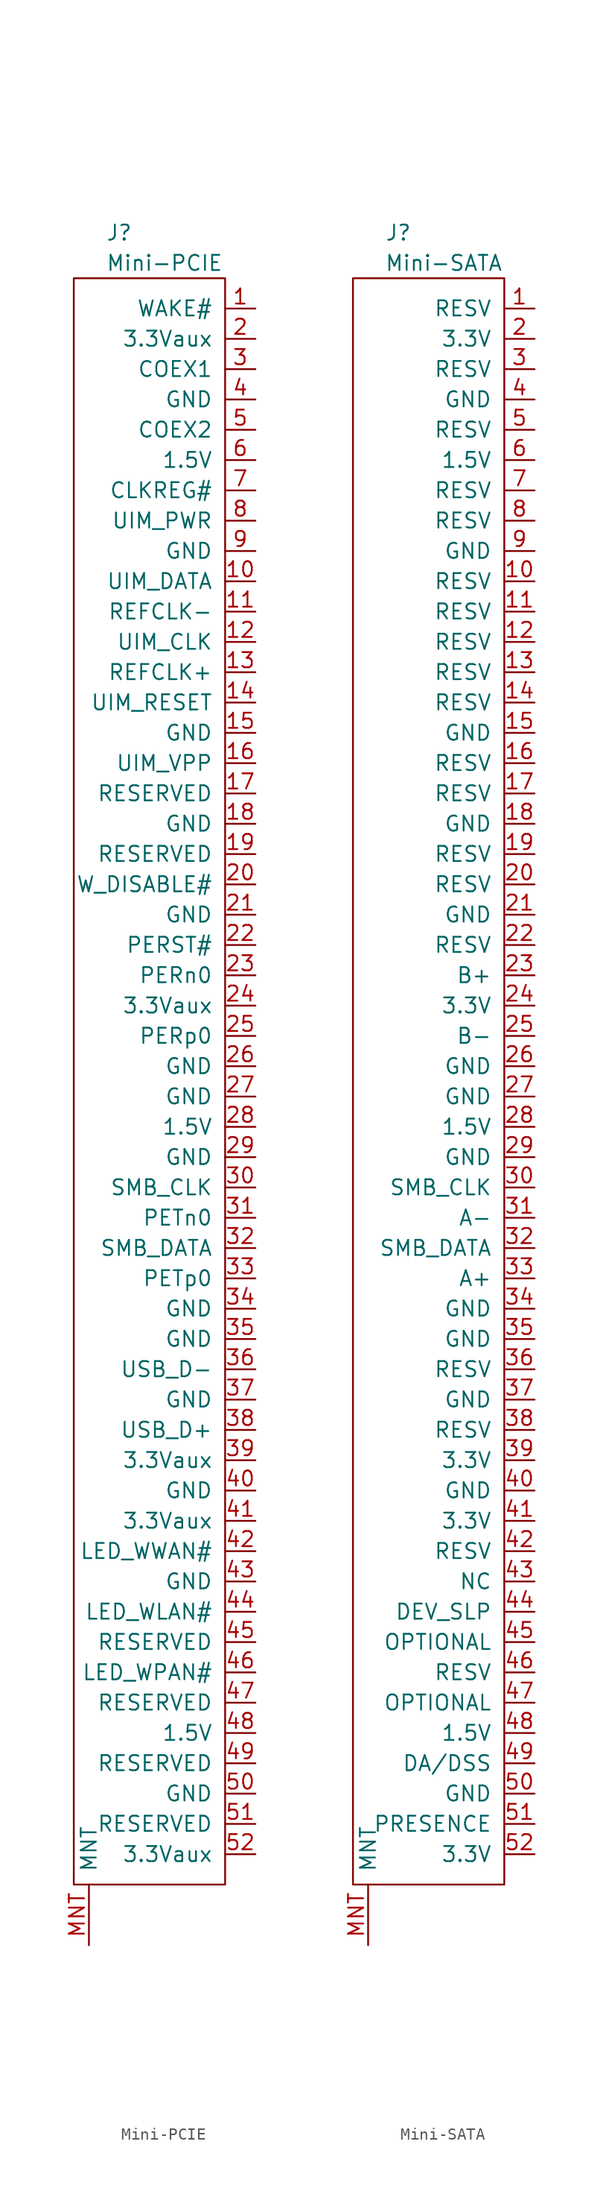
<source format=kicad_sym>
(kicad_symbol_lib
  (version 20210619)
  (generator kicad_symbol_editor)
  (symbol "tinkerforge:Mini-PCIE"
    (pin_names
      (offset 1.016))
    (property "Reference" "J"
      (at -8.89 1.27 0)
      (effects (font (size 1.27 1.27))))
    (property "Value" "Mini-PCIE"
      (at -5.08 -1.27 0)
      (effects (font (size 1.27 1.27))))
    (symbol "Mini-PCIE_0_1"
      (rectangle (start 0 -2.54) (end -12.7 -137.16) (stroke (width 0)) (fill (type none))))
    (symbol "Mini-PCIE_1_1"
      (pin passive line (at 2.54 -5.08 180) (length 2.54) (name "WAKE#" (effects (font (size 1.27 1.27)))) (number "1" (effects (font (size 1.27 1.27)))))
      (pin passive line (at 2.54 -27.94 180) (length 2.54) (name "UIM_DATA" (effects (font (size 1.27 1.27)))) (number "10" (effects (font (size 1.27 1.27)))))
      (pin passive line (at 2.54 -30.48 180) (length 2.54) (name "REFCLK-" (effects (font (size 1.27 1.27)))) (number "11" (effects (font (size 1.27 1.27)))))
      (pin passive line (at 2.54 -33.02 180) (length 2.54) (name "UIM_CLK" (effects (font (size 1.27 1.27)))) (number "12" (effects (font (size 1.27 1.27)))))
      (pin passive line (at 2.54 -35.56 180) (length 2.54) (name "REFCLK+" (effects (font (size 1.27 1.27)))) (number "13" (effects (font (size 1.27 1.27)))))
      (pin passive line (at 2.54 -38.1 180) (length 2.54) (name "UIM_RESET" (effects (font (size 1.27 1.27)))) (number "14" (effects (font (size 1.27 1.27)))))
      (pin passive line (at 2.54 -40.64 180) (length 2.54) (name "GND" (effects (font (size 1.27 1.27)))) (number "15" (effects (font (size 1.27 1.27)))))
      (pin passive line (at 2.54 -43.18 180) (length 2.54) (name "UIM_VPP" (effects (font (size 1.27 1.27)))) (number "16" (effects (font (size 1.27 1.27)))))
      (pin passive line (at 2.54 -45.72 180) (length 2.54) (name "RESERVED" (effects (font (size 1.27 1.27)))) (number "17" (effects (font (size 1.27 1.27)))))
      (pin passive line (at 2.54 -48.26 180) (length 2.54) (name "GND" (effects (font (size 1.27 1.27)))) (number "18" (effects (font (size 1.27 1.27)))))
      (pin passive line (at 2.54 -50.8 180) (length 2.54) (name "RESERVED" (effects (font (size 1.27 1.27)))) (number "19" (effects (font (size 1.27 1.27)))))
      (pin passive line (at 2.54 -7.62 180) (length 2.54) (name "3.3Vaux" (effects (font (size 1.27 1.27)))) (number "2" (effects (font (size 1.27 1.27)))))
      (pin passive line (at 2.54 -53.34 180) (length 2.54) (name "W_DISABLE#" (effects (font (size 1.27 1.27)))) (number "20" (effects (font (size 1.27 1.27)))))
      (pin passive line (at 2.54 -55.88 180) (length 2.54) (name "GND" (effects (font (size 1.27 1.27)))) (number "21" (effects (font (size 1.27 1.27)))))
      (pin passive line (at 2.54 -58.42 180) (length 2.54) (name "PERST#" (effects (font (size 1.27 1.27)))) (number "22" (effects (font (size 1.27 1.27)))))
      (pin passive line (at 2.54 -60.96 180) (length 2.54) (name "PERn0" (effects (font (size 1.27 1.27)))) (number "23" (effects (font (size 1.27 1.27)))))
      (pin passive line (at 2.54 -63.5 180) (length 2.54) (name "3.3Vaux" (effects (font (size 1.27 1.27)))) (number "24" (effects (font (size 1.27 1.27)))))
      (pin passive line (at 2.54 -66.04 180) (length 2.54) (name "PERp0" (effects (font (size 1.27 1.27)))) (number "25" (effects (font (size 1.27 1.27)))))
      (pin passive line (at 2.54 -68.58 180) (length 2.54) (name "GND" (effects (font (size 1.27 1.27)))) (number "26" (effects (font (size 1.27 1.27)))))
      (pin passive line (at 2.54 -71.12 180) (length 2.54) (name "GND" (effects (font (size 1.27 1.27)))) (number "27" (effects (font (size 1.27 1.27)))))
      (pin passive line (at 2.54 -73.66 180) (length 2.54) (name "1.5V" (effects (font (size 1.27 1.27)))) (number "28" (effects (font (size 1.27 1.27)))))
      (pin passive line (at 2.54 -76.2 180) (length 2.54) (name "GND" (effects (font (size 1.27 1.27)))) (number "29" (effects (font (size 1.27 1.27)))))
      (pin passive line (at 2.54 -10.16 180) (length 2.54) (name "COEX1" (effects (font (size 1.27 1.27)))) (number "3" (effects (font (size 1.27 1.27)))))
      (pin passive line (at 2.54 -78.74 180) (length 2.54) (name "SMB_CLK" (effects (font (size 1.27 1.27)))) (number "30" (effects (font (size 1.27 1.27)))))
      (pin passive line (at 2.54 -81.28 180) (length 2.54) (name "PETn0" (effects (font (size 1.27 1.27)))) (number "31" (effects (font (size 1.27 1.27)))))
      (pin passive line (at 2.54 -83.82 180) (length 2.54) (name "SMB_DATA" (effects (font (size 1.27 1.27)))) (number "32" (effects (font (size 1.27 1.27)))))
      (pin passive line (at 2.54 -86.36 180) (length 2.54) (name "PETp0" (effects (font (size 1.27 1.27)))) (number "33" (effects (font (size 1.27 1.27)))))
      (pin passive line (at 2.54 -88.9 180) (length 2.54) (name "GND" (effects (font (size 1.27 1.27)))) (number "34" (effects (font (size 1.27 1.27)))))
      (pin passive line (at 2.54 -91.44 180) (length 2.54) (name "GND" (effects (font (size 1.27 1.27)))) (number "35" (effects (font (size 1.27 1.27)))))
      (pin passive line (at 2.54 -93.98 180) (length 2.54) (name "USB_D-" (effects (font (size 1.27 1.27)))) (number "36" (effects (font (size 1.27 1.27)))))
      (pin passive line (at 2.54 -96.52 180) (length 2.54) (name "GND" (effects (font (size 1.27 1.27)))) (number "37" (effects (font (size 1.27 1.27)))))
      (pin passive line (at 2.54 -99.06 180) (length 2.54) (name "USB_D+" (effects (font (size 1.27 1.27)))) (number "38" (effects (font (size 1.27 1.27)))))
      (pin passive line (at 2.54 -101.6 180) (length 2.54) (name "3.3Vaux" (effects (font (size 1.27 1.27)))) (number "39" (effects (font (size 1.27 1.27)))))
      (pin passive line (at 2.54 -12.7 180) (length 2.54) (name "GND" (effects (font (size 1.27 1.27)))) (number "4" (effects (font (size 1.27 1.27)))))
      (pin passive line (at 2.54 -104.14 180) (length 2.54) (name "GND" (effects (font (size 1.27 1.27)))) (number "40" (effects (font (size 1.27 1.27)))))
      (pin passive line (at 2.54 -106.68 180) (length 2.54) (name "3.3Vaux" (effects (font (size 1.27 1.27)))) (number "41" (effects (font (size 1.27 1.27)))))
      (pin passive line (at 2.54 -109.22 180) (length 2.54) (name "LED_WWAN#" (effects (font (size 1.27 1.27)))) (number "42" (effects (font (size 1.27 1.27)))))
      (pin passive line (at 2.54 -111.76 180) (length 2.54) (name "GND" (effects (font (size 1.27 1.27)))) (number "43" (effects (font (size 1.27 1.27)))))
      (pin passive line (at 2.54 -114.3 180) (length 2.54) (name "LED_WLAN#" (effects (font (size 1.27 1.27)))) (number "44" (effects (font (size 1.27 1.27)))))
      (pin passive line (at 2.54 -116.84 180) (length 2.54) (name "RESERVED" (effects (font (size 1.27 1.27)))) (number "45" (effects (font (size 1.27 1.27)))))
      (pin passive line (at 2.54 -119.38 180) (length 2.54) (name "LED_WPAN#" (effects (font (size 1.27 1.27)))) (number "46" (effects (font (size 1.27 1.27)))))
      (pin passive line (at 2.54 -121.92 180) (length 2.54) (name "RESERVED" (effects (font (size 1.27 1.27)))) (number "47" (effects (font (size 1.27 1.27)))))
      (pin passive line (at 2.54 -124.46 180) (length 2.54) (name "1.5V" (effects (font (size 1.27 1.27)))) (number "48" (effects (font (size 1.27 1.27)))))
      (pin passive line (at 2.54 -127 180) (length 2.54) (name "RESERVED" (effects (font (size 1.27 1.27)))) (number "49" (effects (font (size 1.27 1.27)))))
      (pin passive line (at 2.54 -15.24 180) (length 2.54) (name "COEX2" (effects (font (size 1.27 1.27)))) (number "5" (effects (font (size 1.27 1.27)))))
      (pin passive line (at 2.54 -129.54 180) (length 2.54) (name "GND" (effects (font (size 1.27 1.27)))) (number "50" (effects (font (size 1.27 1.27)))))
      (pin passive line (at 2.54 -132.08 180) (length 2.54) (name "RESERVED" (effects (font (size 1.27 1.27)))) (number "51" (effects (font (size 1.27 1.27)))))
      (pin passive line (at 2.54 -134.62 180) (length 2.54) (name "3.3Vaux" (effects (font (size 1.27 1.27)))) (number "52" (effects (font (size 1.27 1.27)))))
      (pin passive line (at 2.54 -17.78 180) (length 2.54) (name "1.5V" (effects (font (size 1.27 1.27)))) (number "6" (effects (font (size 1.27 1.27)))))
      (pin passive line (at 2.54 -20.32 180) (length 2.54) (name "CLKREG#" (effects (font (size 1.27 1.27)))) (number "7" (effects (font (size 1.27 1.27)))))
      (pin passive line (at 2.54 -22.86 180) (length 2.54) (name "UIM_PWR" (effects (font (size 1.27 1.27)))) (number "8" (effects (font (size 1.27 1.27)))))
      (pin passive line (at 2.54 -25.4 180) (length 2.54) (name "GND" (effects (font (size 1.27 1.27)))) (number "9" (effects (font (size 1.27 1.27)))))
      (pin passive line (at -11.43 -142.24 90) (length 5.08) (name "MNT" (effects (font (size 1.27 1.27)))) (number "MNT" (effects (font (size 1.27 1.27)))))))
  (symbol "tinkerforge:Mini-SATA"
    (pin_names
      (offset 1.016))
    (property "Reference" "J"
      (at -8.89 1.27 0)
      (effects (font (size 1.27 1.27))))
    (property "Value" "Mini-SATA"
      (at -5.08 -1.27 0)
      (effects (font (size 1.27 1.27))))
    (symbol "Mini-SATA_0_1"
      (rectangle (start 0 -2.54) (end -12.7 -137.16) (stroke (width 0)) (fill (type none))))
    (symbol "Mini-SATA_1_1"
      (pin passive line (at 2.54 -5.08 180) (length 2.54) (name "RESV" (effects (font (size 1.27 1.27)))) (number "1" (effects (font (size 1.27 1.27)))))
      (pin passive line (at 2.54 -27.94 180) (length 2.54) (name "RESV" (effects (font (size 1.27 1.27)))) (number "10" (effects (font (size 1.27 1.27)))))
      (pin passive line (at 2.54 -30.48 180) (length 2.54) (name "RESV" (effects (font (size 1.27 1.27)))) (number "11" (effects (font (size 1.27 1.27)))))
      (pin passive line (at 2.54 -33.02 180) (length 2.54) (name "RESV" (effects (font (size 1.27 1.27)))) (number "12" (effects (font (size 1.27 1.27)))))
      (pin passive line (at 2.54 -35.56 180) (length 2.54) (name "RESV" (effects (font (size 1.27 1.27)))) (number "13" (effects (font (size 1.27 1.27)))))
      (pin passive line (at 2.54 -38.1 180) (length 2.54) (name "RESV" (effects (font (size 1.27 1.27)))) (number "14" (effects (font (size 1.27 1.27)))))
      (pin passive line (at 2.54 -40.64 180) (length 2.54) (name "GND" (effects (font (size 1.27 1.27)))) (number "15" (effects (font (size 1.27 1.27)))))
      (pin passive line (at 2.54 -43.18 180) (length 2.54) (name "RESV" (effects (font (size 1.27 1.27)))) (number "16" (effects (font (size 1.27 1.27)))))
      (pin passive line (at 2.54 -45.72 180) (length 2.54) (name "RESV" (effects (font (size 1.27 1.27)))) (number "17" (effects (font (size 1.27 1.27)))))
      (pin passive line (at 2.54 -48.26 180) (length 2.54) (name "GND" (effects (font (size 1.27 1.27)))) (number "18" (effects (font (size 1.27 1.27)))))
      (pin passive line (at 2.54 -50.8 180) (length 2.54) (name "RESV" (effects (font (size 1.27 1.27)))) (number "19" (effects (font (size 1.27 1.27)))))
      (pin passive line (at 2.54 -7.62 180) (length 2.54) (name "3.3V" (effects (font (size 1.27 1.27)))) (number "2" (effects (font (size 1.27 1.27)))))
      (pin passive line (at 2.54 -53.34 180) (length 2.54) (name "RESV" (effects (font (size 1.27 1.27)))) (number "20" (effects (font (size 1.27 1.27)))))
      (pin passive line (at 2.54 -55.88 180) (length 2.54) (name "GND" (effects (font (size 1.27 1.27)))) (number "21" (effects (font (size 1.27 1.27)))))
      (pin passive line (at 2.54 -58.42 180) (length 2.54) (name "RESV" (effects (font (size 1.27 1.27)))) (number "22" (effects (font (size 1.27 1.27)))))
      (pin passive line (at 2.54 -60.96 180) (length 2.54) (name "B+" (effects (font (size 1.27 1.27)))) (number "23" (effects (font (size 1.27 1.27)))))
      (pin passive line (at 2.54 -63.5 180) (length 2.54) (name "3.3V" (effects (font (size 1.27 1.27)))) (number "24" (effects (font (size 1.27 1.27)))))
      (pin passive line (at 2.54 -66.04 180) (length 2.54) (name "B-" (effects (font (size 1.27 1.27)))) (number "25" (effects (font (size 1.27 1.27)))))
      (pin passive line (at 2.54 -68.58 180) (length 2.54) (name "GND" (effects (font (size 1.27 1.27)))) (number "26" (effects (font (size 1.27 1.27)))))
      (pin passive line (at 2.54 -71.12 180) (length 2.54) (name "GND" (effects (font (size 1.27 1.27)))) (number "27" (effects (font (size 1.27 1.27)))))
      (pin passive line (at 2.54 -73.66 180) (length 2.54) (name "1.5V" (effects (font (size 1.27 1.27)))) (number "28" (effects (font (size 1.27 1.27)))))
      (pin passive line (at 2.54 -76.2 180) (length 2.54) (name "GND" (effects (font (size 1.27 1.27)))) (number "29" (effects (font (size 1.27 1.27)))))
      (pin passive line (at 2.54 -10.16 180) (length 2.54) (name "RESV" (effects (font (size 1.27 1.27)))) (number "3" (effects (font (size 1.27 1.27)))))
      (pin passive line (at 2.54 -78.74 180) (length 2.54) (name "SMB_CLK" (effects (font (size 1.27 1.27)))) (number "30" (effects (font (size 1.27 1.27)))))
      (pin passive line (at 2.54 -81.28 180) (length 2.54) (name "A-" (effects (font (size 1.27 1.27)))) (number "31" (effects (font (size 1.27 1.27)))))
      (pin passive line (at 2.54 -83.82 180) (length 2.54) (name "SMB_DATA" (effects (font (size 1.27 1.27)))) (number "32" (effects (font (size 1.27 1.27)))))
      (pin passive line (at 2.54 -86.36 180) (length 2.54) (name "A+" (effects (font (size 1.27 1.27)))) (number "33" (effects (font (size 1.27 1.27)))))
      (pin passive line (at 2.54 -88.9 180) (length 2.54) (name "GND" (effects (font (size 1.27 1.27)))) (number "34" (effects (font (size 1.27 1.27)))))
      (pin passive line (at 2.54 -91.44 180) (length 2.54) (name "GND" (effects (font (size 1.27 1.27)))) (number "35" (effects (font (size 1.27 1.27)))))
      (pin passive line (at 2.54 -93.98 180) (length 2.54) (name "RESV" (effects (font (size 1.27 1.27)))) (number "36" (effects (font (size 1.27 1.27)))))
      (pin passive line (at 2.54 -96.52 180) (length 2.54) (name "GND" (effects (font (size 1.27 1.27)))) (number "37" (effects (font (size 1.27 1.27)))))
      (pin passive line (at 2.54 -99.06 180) (length 2.54) (name "RESV" (effects (font (size 1.27 1.27)))) (number "38" (effects (font (size 1.27 1.27)))))
      (pin passive line (at 2.54 -101.6 180) (length 2.54) (name "3.3V" (effects (font (size 1.27 1.27)))) (number "39" (effects (font (size 1.27 1.27)))))
      (pin passive line (at 2.54 -12.7 180) (length 2.54) (name "GND" (effects (font (size 1.27 1.27)))) (number "4" (effects (font (size 1.27 1.27)))))
      (pin passive line (at 2.54 -104.14 180) (length 2.54) (name "GND" (effects (font (size 1.27 1.27)))) (number "40" (effects (font (size 1.27 1.27)))))
      (pin passive line (at 2.54 -106.68 180) (length 2.54) (name "3.3V" (effects (font (size 1.27 1.27)))) (number "41" (effects (font (size 1.27 1.27)))))
      (pin passive line (at 2.54 -109.22 180) (length 2.54) (name "RESV" (effects (font (size 1.27 1.27)))) (number "42" (effects (font (size 1.27 1.27)))))
      (pin passive line (at 2.54 -111.76 180) (length 2.54) (name "NC" (effects (font (size 1.27 1.27)))) (number "43" (effects (font (size 1.27 1.27)))))
      (pin passive line (at 2.54 -114.3 180) (length 2.54) (name "DEV_SLP" (effects (font (size 1.27 1.27)))) (number "44" (effects (font (size 1.27 1.27)))))
      (pin passive line (at 2.54 -116.84 180) (length 2.54) (name "OPTIONAL" (effects (font (size 1.27 1.27)))) (number "45" (effects (font (size 1.27 1.27)))))
      (pin passive line (at 2.54 -119.38 180) (length 2.54) (name "RESV" (effects (font (size 1.27 1.27)))) (number "46" (effects (font (size 1.27 1.27)))))
      (pin passive line (at 2.54 -121.92 180) (length 2.54) (name "OPTIONAL" (effects (font (size 1.27 1.27)))) (number "47" (effects (font (size 1.27 1.27)))))
      (pin passive line (at 2.54 -124.46 180) (length 2.54) (name "1.5V" (effects (font (size 1.27 1.27)))) (number "48" (effects (font (size 1.27 1.27)))))
      (pin passive line (at 2.54 -127 180) (length 2.54) (name "DA/DSS" (effects (font (size 1.27 1.27)))) (number "49" (effects (font (size 1.27 1.27)))))
      (pin passive line (at 2.54 -15.24 180) (length 2.54) (name "RESV" (effects (font (size 1.27 1.27)))) (number "5" (effects (font (size 1.27 1.27)))))
      (pin passive line (at 2.54 -129.54 180) (length 2.54) (name "GND" (effects (font (size 1.27 1.27)))) (number "50" (effects (font (size 1.27 1.27)))))
      (pin passive line (at 2.54 -132.08 180) (length 2.54) (name "PRESENCE" (effects (font (size 1.27 1.27)))) (number "51" (effects (font (size 1.27 1.27)))))
      (pin passive line (at 2.54 -134.62 180) (length 2.54) (name "3.3V" (effects (font (size 1.27 1.27)))) (number "52" (effects (font (size 1.27 1.27)))))
      (pin passive line (at 2.54 -17.78 180) (length 2.54) (name "1.5V" (effects (font (size 1.27 1.27)))) (number "6" (effects (font (size 1.27 1.27)))))
      (pin passive line (at 2.54 -20.32 180) (length 2.54) (name "RESV" (effects (font (size 1.27 1.27)))) (number "7" (effects (font (size 1.27 1.27)))))
      (pin passive line (at 2.54 -22.86 180) (length 2.54) (name "RESV" (effects (font (size 1.27 1.27)))) (number "8" (effects (font (size 1.27 1.27)))))
      (pin passive line (at 2.54 -25.4 180) (length 2.54) (name "GND" (effects (font (size 1.27 1.27)))) (number "9" (effects (font (size 1.27 1.27)))))
      (pin passive line (at -11.43 -142.24 90) (length 5.08) (name "MNT" (effects (font (size 1.27 1.27)))) (number "MNT" (effects (font (size 1.27 1.27))))))))
</source>
